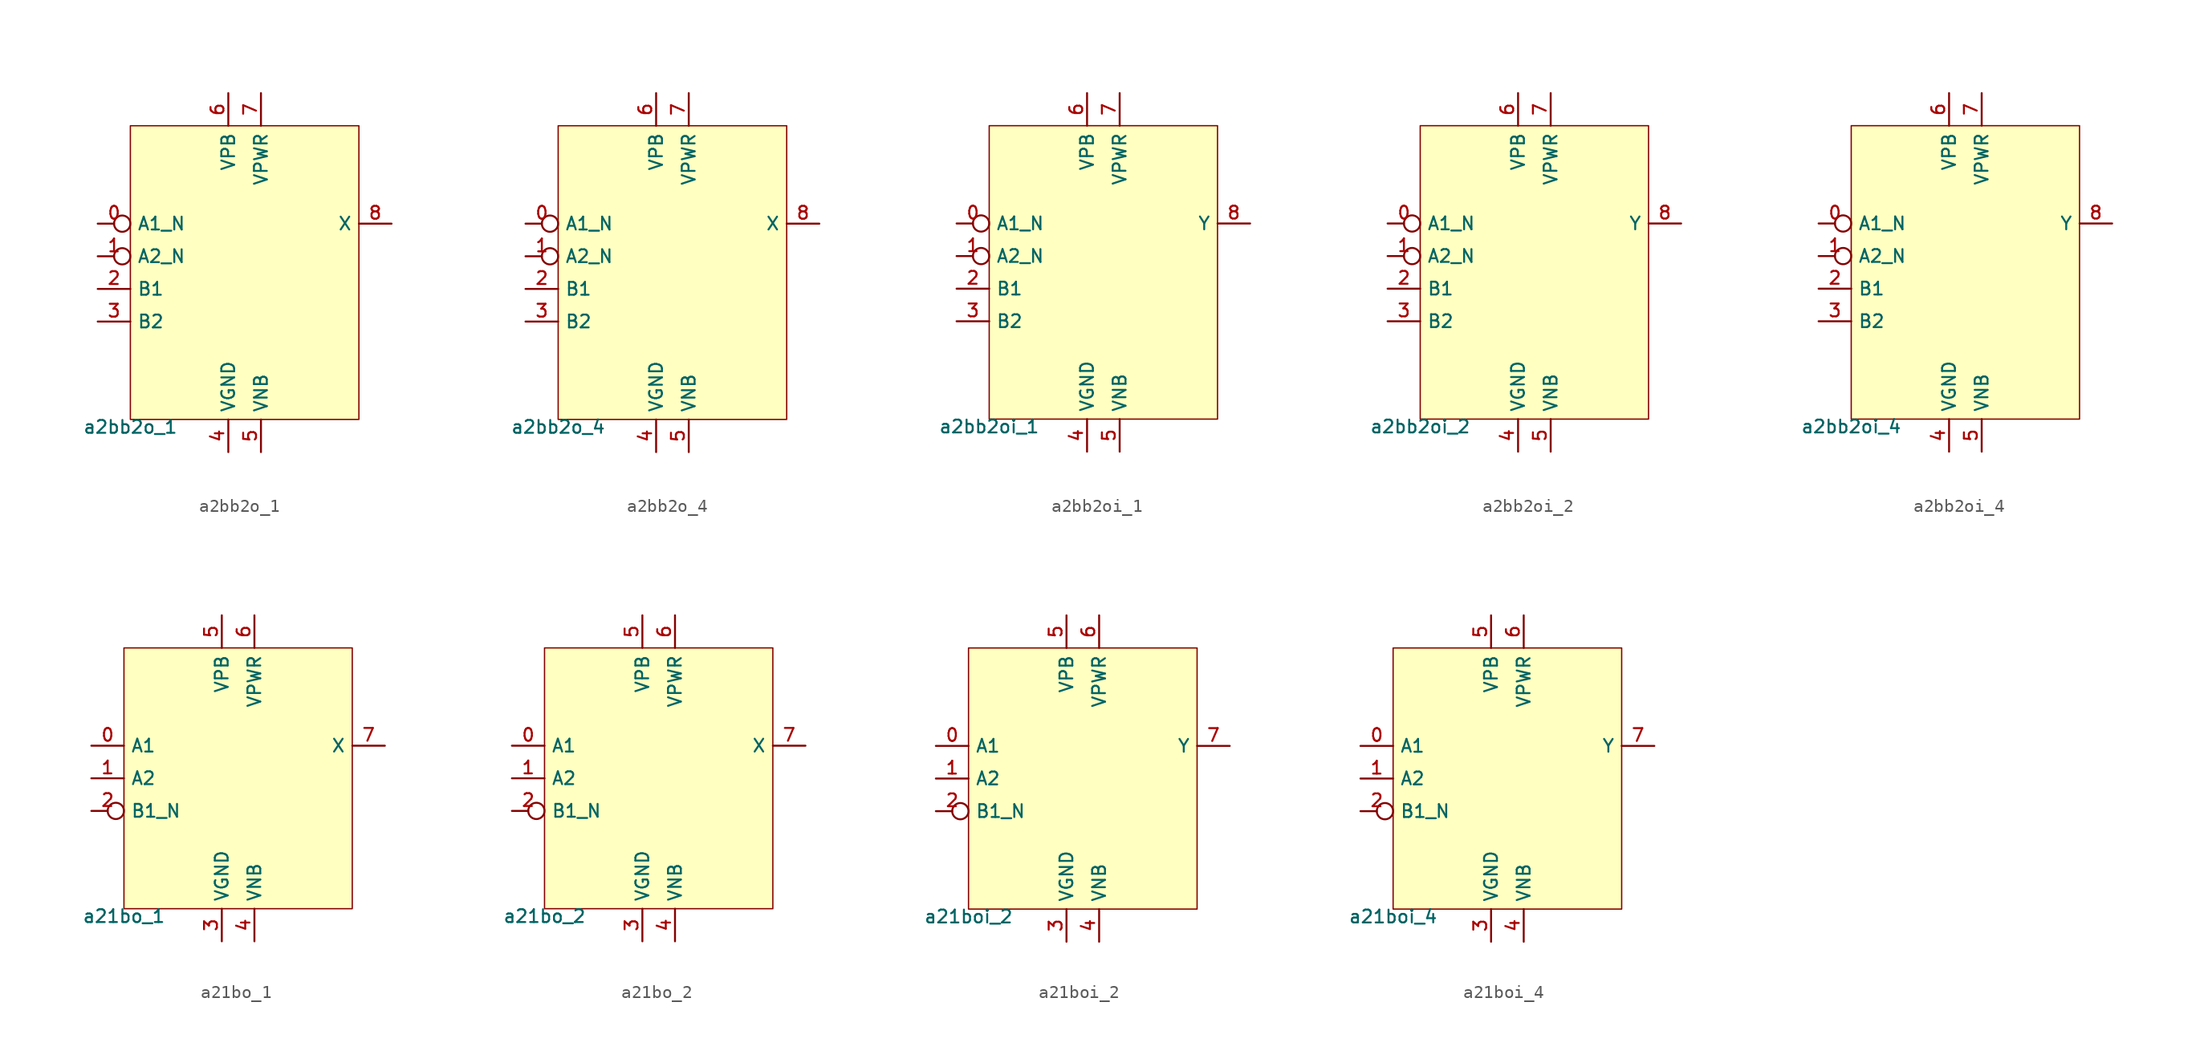
<source format=kicad_sym>
(kicad_symbol_lib
  (version 20211014)
  (generator pdk2kicad)
  (symbol "a2bb2o_1"
    (property "Reference" "X"
      (at 0 0 0)
      (effects (font (size 1 1)) hide))
    (property "Value" "a2bb2o_1"
      (at -8.89 -11.43 0)
      (effects (font (size 1 1)) (justify top)))
    (rectangle
      (start -8.89 -11.43)
      (end 8.89 11.43)
      (stroke (width 0.1) (type solid) (color 0 0 0 0))
      (fill (type background)))
    (pin input inverted
      (at -11.43 3.81 0)
      (length 2.54)
      (name "A1_N" (effects (font (size 1 1)) hide))
      (number "0" (effects (font (size 1 1)) hide)))
    (pin input inverted
      (at -11.43 1.27 0)
      (length 2.54)
      (name "A2_N" (effects (font (size 1 1)) hide))
      (number "1" (effects (font (size 1 1)) hide)))
    (pin input line
      (at -11.43 -1.27 0)
      (length 2.54)
      (name "B1" (effects (font (size 1 1)) hide))
      (number "2" (effects (font (size 1 1)) hide)))
    (pin input line
      (at -11.43 -3.81 0)
      (length 2.54)
      (name "B2" (effects (font (size 1 1)) hide))
      (number "3" (effects (font (size 1 1)) hide)))
    (pin power_in line
      (at -1.27 -13.97 90)
      (length 2.54)
      (name "VGND" (effects (font (size 1 1)) hide))
      (number "4" (effects (font (size 1 1)) hide)))
    (pin power_in line
      (at 1.27 -13.97 90)
      (length 2.54)
      (name "VNB" (effects (font (size 1 1)) hide))
      (number "5" (effects (font (size 1 1)) hide)))
    (pin power_in line
      (at -1.27 13.97 270)
      (length 2.54)
      (name "VPB" (effects (font (size 1 1)) hide))
      (number "6" (effects (font (size 1 1)) hide)))
    (pin power_in line
      (at 1.27 13.97 270)
      (length 2.54)
      (name "VPWR" (effects (font (size 1 1)) hide))
      (number "7" (effects (font (size 1 1)) hide)))
    (pin output line
      (at 11.43 3.81 180)
      (length 2.54)
      (name "X" (effects (font (size 1 1)) hide))
      (number "8" (effects (font (size 1 1)) hide))))
  (symbol "a2bb2o_4"
    (property "Reference" "X"
      (at 0 0 0)
      (effects (font (size 1 1)) hide))
    (property "Value" "a2bb2o_4"
      (at -8.89 -11.43 0)
      (effects (font (size 1 1)) (justify top)))
    (rectangle
      (start -8.89 -11.43)
      (end 8.89 11.43)
      (stroke (width 0.1) (type solid) (color 0 0 0 0))
      (fill (type background)))
    (pin input inverted
      (at -11.43 3.81 0)
      (length 2.54)
      (name "A1_N" (effects (font (size 1 1)) hide))
      (number "0" (effects (font (size 1 1)) hide)))
    (pin input inverted
      (at -11.43 1.27 0)
      (length 2.54)
      (name "A2_N" (effects (font (size 1 1)) hide))
      (number "1" (effects (font (size 1 1)) hide)))
    (pin input line
      (at -11.43 -1.27 0)
      (length 2.54)
      (name "B1" (effects (font (size 1 1)) hide))
      (number "2" (effects (font (size 1 1)) hide)))
    (pin input line
      (at -11.43 -3.81 0)
      (length 2.54)
      (name "B2" (effects (font (size 1 1)) hide))
      (number "3" (effects (font (size 1 1)) hide)))
    (pin power_in line
      (at -1.27 -13.97 90)
      (length 2.54)
      (name "VGND" (effects (font (size 1 1)) hide))
      (number "4" (effects (font (size 1 1)) hide)))
    (pin power_in line
      (at 1.27 -13.97 90)
      (length 2.54)
      (name "VNB" (effects (font (size 1 1)) hide))
      (number "5" (effects (font (size 1 1)) hide)))
    (pin power_in line
      (at -1.27 13.97 270)
      (length 2.54)
      (name "VPB" (effects (font (size 1 1)) hide))
      (number "6" (effects (font (size 1 1)) hide)))
    (pin power_in line
      (at 1.27 13.97 270)
      (length 2.54)
      (name "VPWR" (effects (font (size 1 1)) hide))
      (number "7" (effects (font (size 1 1)) hide)))
    (pin output line
      (at 11.43 3.81 180)
      (length 2.54)
      (name "X" (effects (font (size 1 1)) hide))
      (number "8" (effects (font (size 1 1)) hide))))
  (symbol "a2bb2oi_1"
    (property "Reference" "X"
      (at 0 0 0)
      (effects (font (size 1 1)) hide))
    (property "Value" "a2bb2oi_1"
      (at -8.89 -11.43 0)
      (effects (font (size 1 1)) (justify top)))
    (rectangle
      (start -8.89 -11.43)
      (end 8.89 11.43)
      (stroke (width 0.1) (type solid) (color 0 0 0 0))
      (fill (type background)))
    (pin input inverted
      (at -11.43 3.81 0)
      (length 2.54)
      (name "A1_N" (effects (font (size 1 1)) hide))
      (number "0" (effects (font (size 1 1)) hide)))
    (pin input inverted
      (at -11.43 1.27 0)
      (length 2.54)
      (name "A2_N" (effects (font (size 1 1)) hide))
      (number "1" (effects (font (size 1 1)) hide)))
    (pin input line
      (at -11.43 -1.27 0)
      (length 2.54)
      (name "B1" (effects (font (size 1 1)) hide))
      (number "2" (effects (font (size 1 1)) hide)))
    (pin input line
      (at -11.43 -3.81 0)
      (length 2.54)
      (name "B2" (effects (font (size 1 1)) hide))
      (number "3" (effects (font (size 1 1)) hide)))
    (pin power_in line
      (at -1.27 -13.97 90)
      (length 2.54)
      (name "VGND" (effects (font (size 1 1)) hide))
      (number "4" (effects (font (size 1 1)) hide)))
    (pin power_in line
      (at 1.27 -13.97 90)
      (length 2.54)
      (name "VNB" (effects (font (size 1 1)) hide))
      (number "5" (effects (font (size 1 1)) hide)))
    (pin power_in line
      (at -1.27 13.97 270)
      (length 2.54)
      (name "VPB" (effects (font (size 1 1)) hide))
      (number "6" (effects (font (size 1 1)) hide)))
    (pin power_in line
      (at 1.27 13.97 270)
      (length 2.54)
      (name "VPWR" (effects (font (size 1 1)) hide))
      (number "7" (effects (font (size 1 1)) hide)))
    (pin output line
      (at 11.43 3.81 180)
      (length 2.54)
      (name "Y" (effects (font (size 1 1)) hide))
      (number "8" (effects (font (size 1 1)) hide))))
  (symbol "a2bb2oi_2"
    (property "Reference" "X"
      (at 0 0 0)
      (effects (font (size 1 1)) hide))
    (property "Value" "a2bb2oi_2"
      (at -8.89 -11.43 0)
      (effects (font (size 1 1)) (justify top)))
    (rectangle
      (start -8.89 -11.43)
      (end 8.89 11.43)
      (stroke (width 0.1) (type solid) (color 0 0 0 0))
      (fill (type background)))
    (pin input inverted
      (at -11.43 3.81 0)
      (length 2.54)
      (name "A1_N" (effects (font (size 1 1)) hide))
      (number "0" (effects (font (size 1 1)) hide)))
    (pin input inverted
      (at -11.43 1.27 0)
      (length 2.54)
      (name "A2_N" (effects (font (size 1 1)) hide))
      (number "1" (effects (font (size 1 1)) hide)))
    (pin input line
      (at -11.43 -1.27 0)
      (length 2.54)
      (name "B1" (effects (font (size 1 1)) hide))
      (number "2" (effects (font (size 1 1)) hide)))
    (pin input line
      (at -11.43 -3.81 0)
      (length 2.54)
      (name "B2" (effects (font (size 1 1)) hide))
      (number "3" (effects (font (size 1 1)) hide)))
    (pin power_in line
      (at -1.27 -13.97 90)
      (length 2.54)
      (name "VGND" (effects (font (size 1 1)) hide))
      (number "4" (effects (font (size 1 1)) hide)))
    (pin power_in line
      (at 1.27 -13.97 90)
      (length 2.54)
      (name "VNB" (effects (font (size 1 1)) hide))
      (number "5" (effects (font (size 1 1)) hide)))
    (pin power_in line
      (at -1.27 13.97 270)
      (length 2.54)
      (name "VPB" (effects (font (size 1 1)) hide))
      (number "6" (effects (font (size 1 1)) hide)))
    (pin power_in line
      (at 1.27 13.97 270)
      (length 2.54)
      (name "VPWR" (effects (font (size 1 1)) hide))
      (number "7" (effects (font (size 1 1)) hide)))
    (pin output line
      (at 11.43 3.81 180)
      (length 2.54)
      (name "Y" (effects (font (size 1 1)) hide))
      (number "8" (effects (font (size 1 1)) hide))))
  (symbol "a2bb2oi_4"
    (property "Reference" "X"
      (at 0 0 0)
      (effects (font (size 1 1)) hide))
    (property "Value" "a2bb2oi_4"
      (at -8.89 -11.43 0)
      (effects (font (size 1 1)) (justify top)))
    (rectangle
      (start -8.89 -11.43)
      (end 8.89 11.43)
      (stroke (width 0.1) (type solid) (color 0 0 0 0))
      (fill (type background)))
    (pin input inverted
      (at -11.43 3.81 0)
      (length 2.54)
      (name "A1_N" (effects (font (size 1 1)) hide))
      (number "0" (effects (font (size 1 1)) hide)))
    (pin input inverted
      (at -11.43 1.27 0)
      (length 2.54)
      (name "A2_N" (effects (font (size 1 1)) hide))
      (number "1" (effects (font (size 1 1)) hide)))
    (pin input line
      (at -11.43 -1.27 0)
      (length 2.54)
      (name "B1" (effects (font (size 1 1)) hide))
      (number "2" (effects (font (size 1 1)) hide)))
    (pin input line
      (at -11.43 -3.81 0)
      (length 2.54)
      (name "B2" (effects (font (size 1 1)) hide))
      (number "3" (effects (font (size 1 1)) hide)))
    (pin power_in line
      (at -1.27 -13.97 90)
      (length 2.54)
      (name "VGND" (effects (font (size 1 1)) hide))
      (number "4" (effects (font (size 1 1)) hide)))
    (pin power_in line
      (at 1.27 -13.97 90)
      (length 2.54)
      (name "VNB" (effects (font (size 1 1)) hide))
      (number "5" (effects (font (size 1 1)) hide)))
    (pin power_in line
      (at -1.27 13.97 270)
      (length 2.54)
      (name "VPB" (effects (font (size 1 1)) hide))
      (number "6" (effects (font (size 1 1)) hide)))
    (pin power_in line
      (at 1.27 13.97 270)
      (length 2.54)
      (name "VPWR" (effects (font (size 1 1)) hide))
      (number "7" (effects (font (size 1 1)) hide)))
    (pin output line
      (at 11.43 3.81 180)
      (length 2.54)
      (name "Y" (effects (font (size 1 1)) hide))
      (number "8" (effects (font (size 1 1)) hide))))
  (symbol "a21bo_1"
    (property "Reference" "X"
      (at 0 0 0)
      (effects (font (size 1 1)) hide))
    (property "Value" "a21bo_1"
      (at -8.89 -10.16 0)
      (effects (font (size 1 1)) (justify top)))
    (rectangle
      (start -8.89 -10.16)
      (end 8.89 10.16)
      (stroke (width 0.1) (type solid) (color 0 0 0 0))
      (fill (type background)))
    (pin input line
      (at -11.43 2.54 0)
      (length 2.54)
      (name "A1" (effects (font (size 1 1)) hide))
      (number "0" (effects (font (size 1 1)) hide)))
    (pin input line
      (at -11.43 0.0 0)
      (length 2.54)
      (name "A2" (effects (font (size 1 1)) hide))
      (number "1" (effects (font (size 1 1)) hide)))
    (pin input inverted
      (at -11.43 -2.54 0)
      (length 2.54)
      (name "B1_N" (effects (font (size 1 1)) hide))
      (number "2" (effects (font (size 1 1)) hide)))
    (pin power_in line
      (at -1.27 -12.7 90)
      (length 2.54)
      (name "VGND" (effects (font (size 1 1)) hide))
      (number "3" (effects (font (size 1 1)) hide)))
    (pin power_in line
      (at 1.27 -12.7 90)
      (length 2.54)
      (name "VNB" (effects (font (size 1 1)) hide))
      (number "4" (effects (font (size 1 1)) hide)))
    (pin power_in line
      (at -1.27 12.7 270)
      (length 2.54)
      (name "VPB" (effects (font (size 1 1)) hide))
      (number "5" (effects (font (size 1 1)) hide)))
    (pin power_in line
      (at 1.27 12.7 270)
      (length 2.54)
      (name "VPWR" (effects (font (size 1 1)) hide))
      (number "6" (effects (font (size 1 1)) hide)))
    (pin output line
      (at 11.43 2.54 180)
      (length 2.54)
      (name "X" (effects (font (size 1 1)) hide))
      (number "7" (effects (font (size 1 1)) hide))))
  (symbol "a21bo_2"
    (property "Reference" "X"
      (at 0 0 0)
      (effects (font (size 1 1)) hide))
    (property "Value" "a21bo_2"
      (at -8.89 -10.16 0)
      (effects (font (size 1 1)) (justify top)))
    (rectangle
      (start -8.89 -10.16)
      (end 8.89 10.16)
      (stroke (width 0.1) (type solid) (color 0 0 0 0))
      (fill (type background)))
    (pin input line
      (at -11.43 2.54 0)
      (length 2.54)
      (name "A1" (effects (font (size 1 1)) hide))
      (number "0" (effects (font (size 1 1)) hide)))
    (pin input line
      (at -11.43 0.0 0)
      (length 2.54)
      (name "A2" (effects (font (size 1 1)) hide))
      (number "1" (effects (font (size 1 1)) hide)))
    (pin input inverted
      (at -11.43 -2.54 0)
      (length 2.54)
      (name "B1_N" (effects (font (size 1 1)) hide))
      (number "2" (effects (font (size 1 1)) hide)))
    (pin power_in line
      (at -1.27 -12.7 90)
      (length 2.54)
      (name "VGND" (effects (font (size 1 1)) hide))
      (number "3" (effects (font (size 1 1)) hide)))
    (pin power_in line
      (at 1.27 -12.7 90)
      (length 2.54)
      (name "VNB" (effects (font (size 1 1)) hide))
      (number "4" (effects (font (size 1 1)) hide)))
    (pin power_in line
      (at -1.27 12.7 270)
      (length 2.54)
      (name "VPB" (effects (font (size 1 1)) hide))
      (number "5" (effects (font (size 1 1)) hide)))
    (pin power_in line
      (at 1.27 12.7 270)
      (length 2.54)
      (name "VPWR" (effects (font (size 1 1)) hide))
      (number "6" (effects (font (size 1 1)) hide)))
    (pin output line
      (at 11.43 2.54 180)
      (length 2.54)
      (name "X" (effects (font (size 1 1)) hide))
      (number "7" (effects (font (size 1 1)) hide))))
  (symbol "a21boi_2"
    (property "Reference" "X"
      (at 0 0 0)
      (effects (font (size 1 1)) hide))
    (property "Value" "a21boi_2"
      (at -8.89 -10.16 0)
      (effects (font (size 1 1)) (justify top)))
    (rectangle
      (start -8.89 -10.16)
      (end 8.89 10.16)
      (stroke (width 0.1) (type solid) (color 0 0 0 0))
      (fill (type background)))
    (pin input line
      (at -11.43 2.54 0)
      (length 2.54)
      (name "A1" (effects (font (size 1 1)) hide))
      (number "0" (effects (font (size 1 1)) hide)))
    (pin input line
      (at -11.43 0.0 0)
      (length 2.54)
      (name "A2" (effects (font (size 1 1)) hide))
      (number "1" (effects (font (size 1 1)) hide)))
    (pin input inverted
      (at -11.43 -2.54 0)
      (length 2.54)
      (name "B1_N" (effects (font (size 1 1)) hide))
      (number "2" (effects (font (size 1 1)) hide)))
    (pin power_in line
      (at -1.27 -12.7 90)
      (length 2.54)
      (name "VGND" (effects (font (size 1 1)) hide))
      (number "3" (effects (font (size 1 1)) hide)))
    (pin power_in line
      (at 1.27 -12.7 90)
      (length 2.54)
      (name "VNB" (effects (font (size 1 1)) hide))
      (number "4" (effects (font (size 1 1)) hide)))
    (pin power_in line
      (at -1.27 12.7 270)
      (length 2.54)
      (name "VPB" (effects (font (size 1 1)) hide))
      (number "5" (effects (font (size 1 1)) hide)))
    (pin power_in line
      (at 1.27 12.7 270)
      (length 2.54)
      (name "VPWR" (effects (font (size 1 1)) hide))
      (number "6" (effects (font (size 1 1)) hide)))
    (pin output line
      (at 11.43 2.54 180)
      (length 2.54)
      (name "Y" (effects (font (size 1 1)) hide))
      (number "7" (effects (font (size 1 1)) hide))))
  (symbol "a21boi_4"
    (property "Reference" "X"
      (at 0 0 0)
      (effects (font (size 1 1)) hide))
    (property "Value" "a21boi_4"
      (at -8.89 -10.16 0)
      (effects (font (size 1 1)) (justify top)))
    (rectangle
      (start -8.89 -10.16)
      (end 8.89 10.16)
      (stroke (width 0.1) (type solid) (color 0 0 0 0))
      (fill (type background)))
    (pin input line
      (at -11.43 2.54 0)
      (length 2.54)
      (name "A1" (effects (font (size 1 1)) hide))
      (number "0" (effects (font (size 1 1)) hide)))
    (pin input line
      (at -11.43 0.0 0)
      (length 2.54)
      (name "A2" (effects (font (size 1 1)) hide))
      (number "1" (effects (font (size 1 1)) hide)))
    (pin input inverted
      (at -11.43 -2.54 0)
      (length 2.54)
      (name "B1_N" (effects (font (size 1 1)) hide))
      (number "2" (effects (font (size 1 1)) hide)))
    (pin power_in line
      (at -1.27 -12.7 90)
      (length 2.54)
      (name "VGND" (effects (font (size 1 1)) hide))
      (number "3" (effects (font (size 1 1)) hide)))
    (pin power_in line
      (at 1.27 -12.7 90)
      (length 2.54)
      (name "VNB" (effects (font (size 1 1)) hide))
      (number "4" (effects (font (size 1 1)) hide)))
    (pin power_in line
      (at -1.27 12.7 270)
      (length 2.54)
      (name "VPB" (effects (font (size 1 1)) hide))
      (number "5" (effects (font (size 1 1)) hide)))
    (pin power_in line
      (at 1.27 12.7 270)
      (length 2.54)
      (name "VPWR" (effects (font (size 1 1)) hide))
      (number "6" (effects (font (size 1 1)) hide)))
    (pin output line
      (at 11.43 2.54 180)
      (length 2.54)
      (name "Y" (effects (font (size 1 1)) hide))
      (number "7" (effects (font (size 1 1)) hide)))))
</source>
